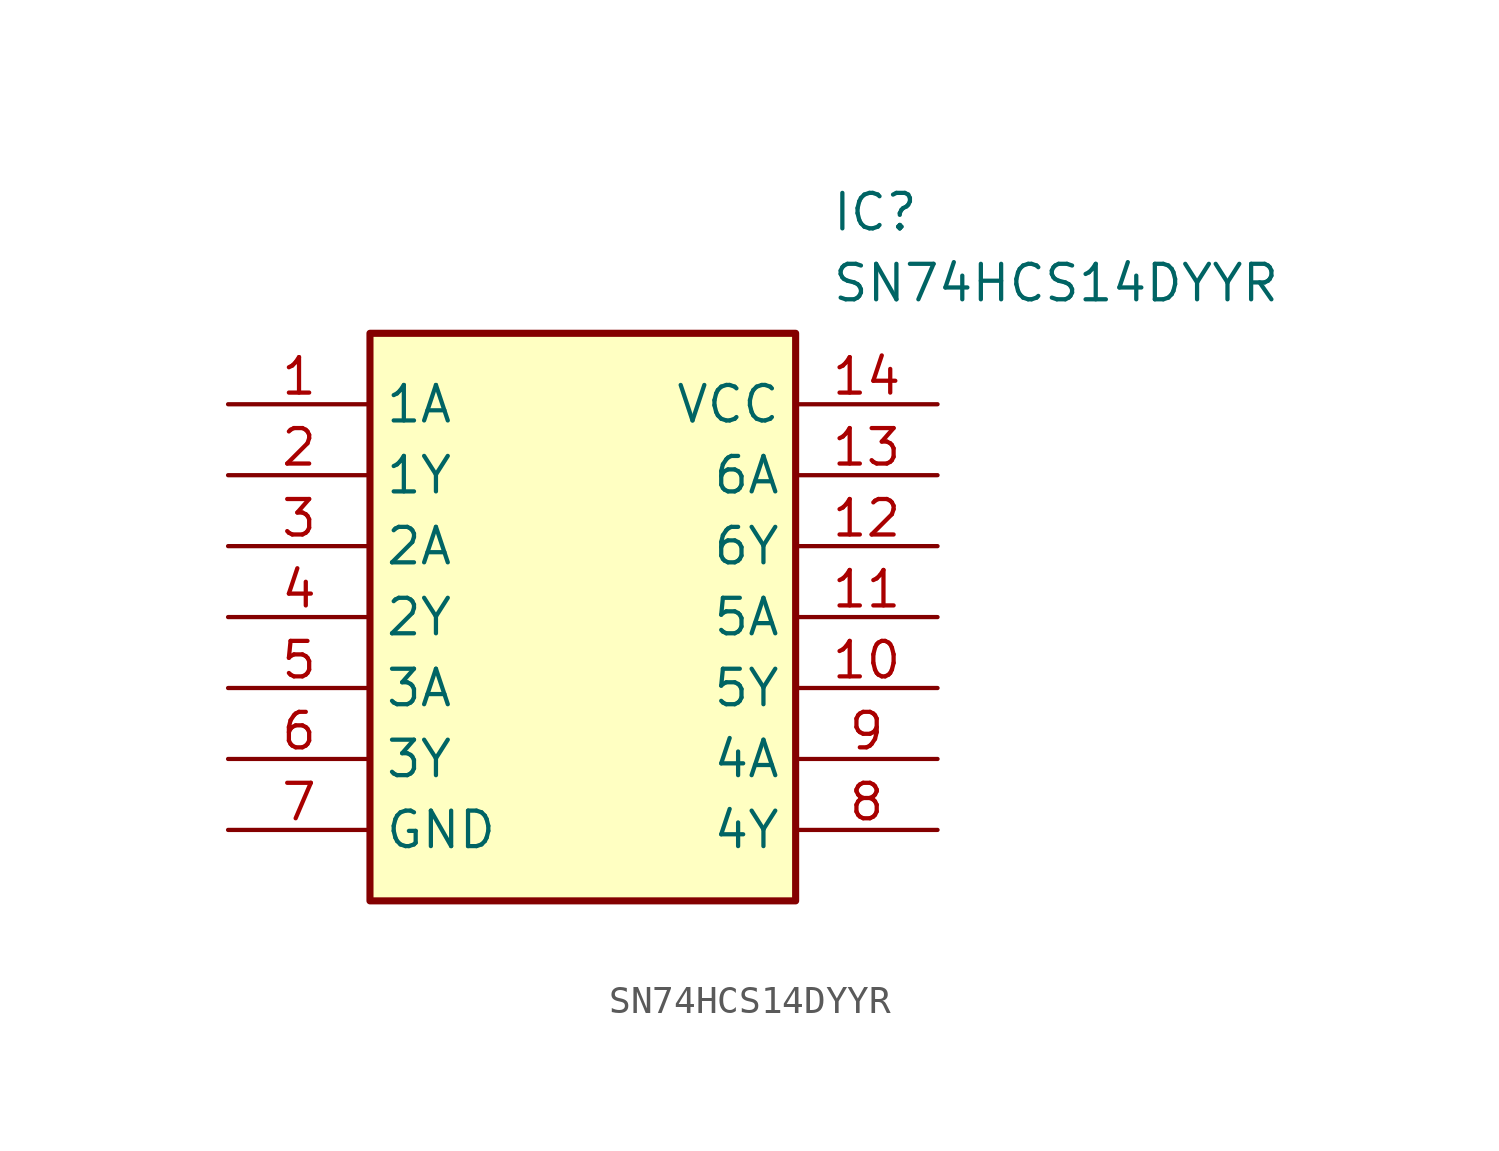
<source format=kicad_sym>
(kicad_symbol_lib
  (version 20211014)
  (generator SamacSys_ECAD_Model)
  (symbol "SN74HCS14DYYR"
    (property "Reference" "IC"
      (at 21.59 7.62 0)
      (effects (font (size 1.27 1.27)) (justify left top)))
    (property "Value" "SN74HCS14DYYR"
      (at 21.59 5.08 0)
      (effects (font (size 1.27 1.27)) (justify left top)))
    (rectangle
      (start 5.08 2.54)
      (end 20.32 -17.78)
      (stroke (width 0.254) (type default))
      (fill (type background)))
    (pin passive line
      (at 0 0 0)
      (length 5.08)
      (name "1A" (effects (font (size 1.27 1.27))))
      (number "1" (effects (font (size 1.27 1.27)))))
    (pin passive line
      (at 0 -2.54 0)
      (length 5.08)
      (name "1Y" (effects (font (size 1.27 1.27))))
      (number "2" (effects (font (size 1.27 1.27)))))
    (pin passive line
      (at 0 -5.08 0)
      (length 5.08)
      (name "2A" (effects (font (size 1.27 1.27))))
      (number "3" (effects (font (size 1.27 1.27)))))
    (pin passive line
      (at 0 -7.62 0)
      (length 5.08)
      (name "2Y" (effects (font (size 1.27 1.27))))
      (number "4" (effects (font (size 1.27 1.27)))))
    (pin passive line
      (at 0 -10.16 0)
      (length 5.08)
      (name "3A" (effects (font (size 1.27 1.27))))
      (number "5" (effects (font (size 1.27 1.27)))))
    (pin passive line
      (at 0 -12.7 0)
      (length 5.08)
      (name "3Y" (effects (font (size 1.27 1.27))))
      (number "6" (effects (font (size 1.27 1.27)))))
    (pin passive line
      (at 0 -15.24 0)
      (length 5.08)
      (name "GND" (effects (font (size 1.27 1.27))))
      (number "7" (effects (font (size 1.27 1.27)))))
    (pin passive line
      (at 25.4 0 180)
      (length 5.08)
      (name "VCC" (effects (font (size 1.27 1.27))))
      (number "14" (effects (font (size 1.27 1.27)))))
    (pin passive line
      (at 25.4 -2.54 180)
      (length 5.08)
      (name "6A" (effects (font (size 1.27 1.27))))
      (number "13" (effects (font (size 1.27 1.27)))))
    (pin passive line
      (at 25.4 -5.08 180)
      (length 5.08)
      (name "6Y" (effects (font (size 1.27 1.27))))
      (number "12" (effects (font (size 1.27 1.27)))))
    (pin passive line
      (at 25.4 -7.62 180)
      (length 5.08)
      (name "5A" (effects (font (size 1.27 1.27))))
      (number "11" (effects (font (size 1.27 1.27)))))
    (pin passive line
      (at 25.4 -10.16 180)
      (length 5.08)
      (name "5Y" (effects (font (size 1.27 1.27))))
      (number "10" (effects (font (size 1.27 1.27)))))
    (pin passive line
      (at 25.4 -12.7 180)
      (length 5.08)
      (name "4A" (effects (font (size 1.27 1.27))))
      (number "9" (effects (font (size 1.27 1.27)))))
    (pin passive line
      (at 25.4 -15.24 180)
      (length 5.08)
      (name "4Y" (effects (font (size 1.27 1.27))))
      (number "8" (effects (font (size 1.27 1.27)))))))
</source>
